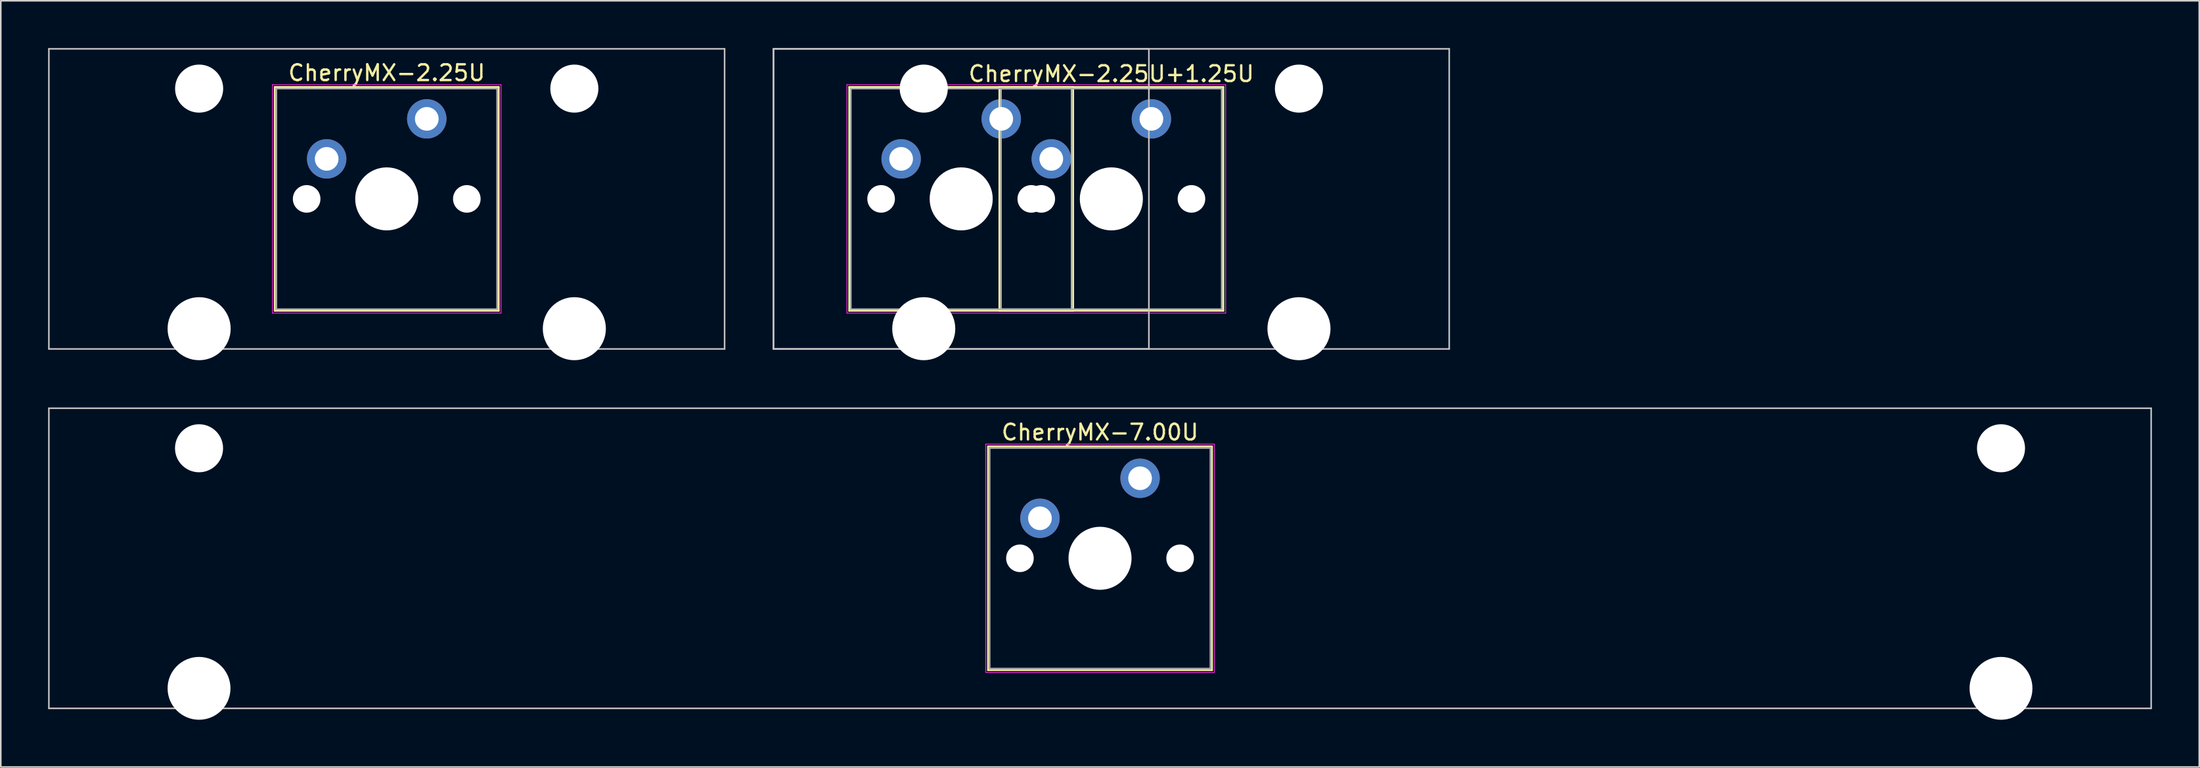
<source format=kicad_pcb>
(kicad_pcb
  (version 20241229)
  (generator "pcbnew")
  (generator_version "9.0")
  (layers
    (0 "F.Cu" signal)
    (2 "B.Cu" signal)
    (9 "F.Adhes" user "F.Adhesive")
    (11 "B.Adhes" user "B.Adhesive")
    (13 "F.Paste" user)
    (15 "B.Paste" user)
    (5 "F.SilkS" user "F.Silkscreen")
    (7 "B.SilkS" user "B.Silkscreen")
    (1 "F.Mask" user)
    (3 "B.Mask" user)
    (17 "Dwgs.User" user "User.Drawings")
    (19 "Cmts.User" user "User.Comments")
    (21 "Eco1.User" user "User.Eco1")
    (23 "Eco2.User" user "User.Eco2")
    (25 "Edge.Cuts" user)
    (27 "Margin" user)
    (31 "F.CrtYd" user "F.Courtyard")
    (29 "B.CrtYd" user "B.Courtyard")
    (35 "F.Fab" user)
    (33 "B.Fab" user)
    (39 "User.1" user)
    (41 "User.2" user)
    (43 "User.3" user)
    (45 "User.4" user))
  (footprint "CherryMX-7.00U"
    (layer "F.Cu")
    (at 66.725 32.39)
    (property "Reference" "CherryMX-7.00U" (at 0 -8 0) (layer "F.SilkS") (effects (font (size 1 1) (thickness 0.15))))
    (attr through_hole)
    (fp_line (start -7.1 -7.1) (end -7.1 7.1) (stroke (width 0.12) (type solid)) (layer "F.SilkS"))
    (fp_line (start -7.1 7.1) (end 7.1 7.1) (stroke (width 0.12) (type solid)) (layer "F.SilkS"))
    (fp_line (start 7.1 -7.1) (end -7.1 -7.1) (stroke (width 0.12) (type solid)) (layer "F.SilkS"))
    (fp_line (start 7.1 7.1) (end 7.1 -7.1) (stroke (width 0.12) (type solid)) (layer "F.SilkS"))
    (fp_line (start -66.675 -9.525) (end -66.675 9.525) (stroke (width 0.1) (type solid)) (layer "Dwgs.User"))
    (fp_line (start -66.675 9.525) (end 66.675 9.525) (stroke (width 0.1) (type solid)) (layer "Dwgs.User"))
    (fp_line (start 66.675 -9.525) (end -66.675 -9.525) (stroke (width 0.1) (type solid)) (layer "Dwgs.User"))
    (fp_line (start 66.675 9.525) (end 66.675 -9.525) (stroke (width 0.1) (type solid)) (layer "Dwgs.User"))
    (fp_line (start -7 -7) (end -7 7) (stroke (width 0.1) (type solid)) (layer "Eco1.User"))
    (fp_line (start -7 7) (end 7 7) (stroke (width 0.1) (type solid)) (layer "Eco1.User"))
    (fp_line (start 7 -7) (end -7 -7) (stroke (width 0.1) (type solid)) (layer "Eco1.User"))
    (fp_line (start 7 7) (end 7 -7) (stroke (width 0.1) (type solid)) (layer "Eco1.User"))
    (fp_line (start -7.25 -7.25) (end -7.25 7.25) (stroke (width 0.05) (type solid)) (layer "F.CrtYd"))
    (fp_line (start -7.25 7.25) (end 7.25 7.25) (stroke (width 0.05) (type solid)) (layer "F.CrtYd"))
    (fp_line (start 7.25 -7.25) (end -7.25 -7.25) (stroke (width 0.05) (type solid)) (layer "F.CrtYd"))
    (fp_line (start 7.25 7.25) (end 7.25 -7.25) (stroke (width 0.05) (type solid)) (layer "F.CrtYd"))
    (fp_line (start -7 -7) (end -7 7) (stroke (width 0.1) (type solid)) (layer "F.Fab"))
    (fp_line (start -7 7) (end 7 7) (stroke (width 0.1) (type solid)) (layer "F.Fab"))
    (fp_line (start 7 -7) (end -7 -7) (stroke (width 0.1) (type solid)) (layer "F.Fab"))
    (fp_line (start 7 7) (end 7 -7) (stroke (width 0.1) (type solid)) (layer "F.Fab"))
    (pad "" np_thru_hole circle (at -57.15 -6.985) (size 3.048 3.048) (drill 3.048) (layers "*.Cu" "*.Mask"))
    (pad "" np_thru_hole circle (at -57.15 8.255) (size 3.988 3.988) (drill 3.988) (layers "*.Cu" "*.Mask"))
    (pad "" np_thru_hole circle (at -5.08 0) (size 1.75 1.75) (drill 1.75) (layers "*.Cu" "*.Mask"))
    (pad "" np_thru_hole circle (at 0 0) (size 4 4) (drill 4) (layers "*.Cu" "*.Mask"))
    (pad "" np_thru_hole circle (at 5.08 0) (size 1.75 1.75) (drill 1.75) (layers "*.Cu" "*.Mask"))
    (pad "" np_thru_hole circle (at 57.15 -6.985) (size 3.048 3.048) (drill 3.048) (layers "*.Cu" "*.Mask"))
    (pad "" np_thru_hole circle (at 57.15 8.255) (size 3.988 3.988) (drill 3.988) (layers "*.Cu" "*.Mask"))
    (pad "1" thru_hole circle (at -3.81 -2.54) (size 2.5 2.5) (drill 1.5) (layers "*.Cu" "B.Mask"))
    (pad "2" thru_hole circle (at 2.54 -5.08) (size 2.5 2.5) (drill 1.5) (layers "*.Cu" "B.Mask")))
  (footprint "CherryMX-2.25U+1.25U"
    (layer "F.Cu")
    (at 67.444 9.575)
    (property "Reference" "CherryMX-2.25U+1.25U" (at 0 -7.938 0) (unlocked yes) (layer "F.SilkS") (effects (font (size 1 1) (thickness 0.15))))
    (attr through_hole)
    (fp_line (start -16.625 -7.1) (end -16.625 7.1) (stroke (width 0.12) (type solid)) (layer "F.SilkS"))
    (fp_line (start -16.625 7.1) (end -2.425 7.1) (stroke (width 0.12) (type solid)) (layer "F.SilkS"))
    (fp_line (start -7.1 -7.1) (end -7.1 7.1) (stroke (width 0.12) (type solid)) (layer "F.SilkS"))
    (fp_line (start -7.1 7.1) (end 7.1 7.1) (stroke (width 0.12) (type solid)) (layer "F.SilkS"))
    (fp_line (start -2.425 -7.1) (end -16.625 -7.1) (stroke (width 0.12) (type solid)) (layer "F.SilkS"))
    (fp_line (start -2.425 7.1) (end -2.425 -7.1) (stroke (width 0.12) (type solid)) (layer "F.SilkS"))
    (fp_line (start 7.1 -7.1) (end -7.1 -7.1) (stroke (width 0.12) (type solid)) (layer "F.SilkS"))
    (fp_line (start 7.1 7.1) (end 7.1 -7.1) (stroke (width 0.12) (type solid)) (layer "F.SilkS"))
    (fp_line (start -21.431 -9.525) (end -21.431 9.525) (stroke (width 0.1) (type solid)) (layer "Dwgs.User"))
    (fp_line (start -21.431 -9.525) (end -21.431 9.525) (stroke (width 0.1) (type solid)) (layer "Dwgs.User"))
    (fp_line (start -21.431 9.525) (end 2.381 9.525) (stroke (width 0.1) (type solid)) (layer "Dwgs.User"))
    (fp_line (start -21.431 9.525) (end 21.431 9.525) (stroke (width 0.1) (type solid)) (layer "Dwgs.User"))
    (fp_line (start 2.381 -9.525) (end -21.431 -9.525) (stroke (width 0.1) (type solid)) (layer "Dwgs.User"))
    (fp_line (start 2.381 9.525) (end 2.381 -9.525) (stroke (width 0.1) (type solid)) (layer "Dwgs.User"))
    (fp_line (start 21.431 -9.525) (end -21.431 -9.525) (stroke (width 0.1) (type solid)) (layer "Dwgs.User"))
    (fp_line (start 21.431 9.525) (end 21.431 -9.525) (stroke (width 0.1) (type solid)) (layer "Dwgs.User"))
    (fp_line (start -16.525 -7) (end -16.525 7) (stroke (width 0.1) (type solid)) (layer "Eco1.User"))
    (fp_line (start -16.525 7) (end -2.525 7) (stroke (width 0.1) (type solid)) (layer "Eco1.User"))
    (fp_line (start -7 -7) (end -7 7) (stroke (width 0.1) (type solid)) (layer "Eco1.User"))
    (fp_line (start -7 7) (end 7 7) (stroke (width 0.1) (type solid)) (layer "Eco1.User"))
    (fp_line (start -2.525 -7) (end -16.525 -7) (stroke (width 0.1) (type solid)) (layer "Eco1.User"))
    (fp_line (start -2.525 7) (end -2.525 -7) (stroke (width 0.1) (type solid)) (layer "Eco1.User"))
    (fp_line (start 7 -7) (end -7 -7) (stroke (width 0.1) (type solid)) (layer "Eco1.User"))
    (fp_line (start 7 7) (end 7 -7) (stroke (width 0.1) (type solid)) (layer "Eco1.User"))
    (fp_line (start -16.775 -7.25) (end -16.775 7.25) (stroke (width 0.05) (type solid)) (layer "F.CrtYd"))
    (fp_line (start -16.775 7.25) (end 7.25 7.25) (stroke (width 0.05) (type solid)) (layer "F.CrtYd"))
    (fp_line (start 7.25 -7.25) (end -16.775 -7.25) (stroke (width 0.05) (type solid)) (layer "F.CrtYd"))
    (fp_line (start 7.25 7.25) (end 7.25 -7.25) (stroke (width 0.05) (type solid)) (layer "F.CrtYd"))
    (fp_line (start -16.525 -7) (end -16.525 7) (stroke (width 0.1) (type solid)) (layer "F.Fab"))
    (fp_line (start -16.525 7) (end -2.525 7) (stroke (width 0.1) (type solid)) (layer "F.Fab"))
    (fp_line (start -7 -7) (end -7 7) (stroke (width 0.1) (type solid)) (layer "F.Fab"))
    (fp_line (start -7 7) (end 7 7) (stroke (width 0.1) (type solid)) (layer "F.Fab"))
    (fp_line (start -2.525 -7) (end -16.525 -7) (stroke (width 0.1) (type solid)) (layer "F.Fab"))
    (fp_line (start -2.525 7) (end -2.525 -7) (stroke (width 0.1) (type solid)) (layer "F.Fab"))
    (fp_line (start 7 -7) (end -7 -7) (stroke (width 0.1) (type solid)) (layer "F.Fab"))
    (fp_line (start 7 7) (end 7 -7) (stroke (width 0.1) (type solid)) (layer "F.Fab"))
    (pad "" np_thru_hole circle (at -14.605 0) (size 1.75 1.75) (drill 1.75) (layers "*.Cu" "*.Mask"))
    (pad "" np_thru_hole circle (at -11.9 -7) (size 3.05 3.05) (drill 3.05) (layers "*.Cu" "*.Mask"))
    (pad "" np_thru_hole circle (at -11.9 8.24) (size 4 4) (drill 4) (layers "*.Cu" "*.Mask"))
    (pad "" np_thru_hole circle (at -9.525 0) (size 4 4) (drill 4) (layers "*.Cu" "*.Mask"))
    (pad "" np_thru_hole circle (at -5.08 0) (size 1.75 1.75) (drill 1.75) (layers "*.Cu" "*.Mask"))
    (pad "" np_thru_hole circle (at -4.445 0) (size 1.75 1.75) (drill 1.75) (layers "*.Cu" "*.Mask"))
    (pad "" np_thru_hole circle (at 0 0) (size 4 4) (drill 4) (layers "*.Cu" "*.Mask"))
    (pad "" np_thru_hole circle (at 5.08 0) (size 1.75 1.75) (drill 1.75) (layers "*.Cu" "*.Mask"))
    (pad "" np_thru_hole circle (at 11.9 -7) (size 3.05 3.05) (drill 3.05) (layers "*.Cu" "*.Mask"))
    (pad "" np_thru_hole circle (at 11.9 8.24) (size 4 4) (drill 4) (layers "*.Cu" "*.Mask"))
    (pad "1" thru_hole circle (at -13.335 -2.54) (size 2.5 2.5) (drill 1.5) (layers "*.Cu" "B.Mask"))
    (pad "1" thru_hole circle (at -3.81 -2.54) (size 2.5 2.5) (drill 1.5) (layers "*.Cu" "B.Mask"))
    (pad "2" thru_hole circle (at -6.985 -5.08) (size 2.5 2.5) (drill 1.5) (layers "*.Cu" "B.Mask"))
    (pad "2" thru_hole circle (at 2.54 -5.08) (size 2.5 2.5) (drill 1.5) (layers "*.Cu" "B.Mask")))
  (footprint "CherryMX-2.25U"
    (layer "F.Cu")
    (at 21.481 9.575)
    (property "Reference" "CherryMX-2.25U" (at 0 -8 0) (layer "F.SilkS") (effects (font (size 1 1) (thickness 0.15))))
    (attr through_hole)
    (fp_line (start -7.1 -7.1) (end -7.1 7.1) (stroke (width 0.12) (type solid)) (layer "F.SilkS"))
    (fp_line (start -7.1 7.1) (end 7.1 7.1) (stroke (width 0.12) (type solid)) (layer "F.SilkS"))
    (fp_line (start 7.1 -7.1) (end -7.1 -7.1) (stroke (width 0.12) (type solid)) (layer "F.SilkS"))
    (fp_line (start 7.1 7.1) (end 7.1 -7.1) (stroke (width 0.12) (type solid)) (layer "F.SilkS"))
    (fp_line (start -21.431 -9.525) (end -21.431 9.525) (stroke (width 0.1) (type solid)) (layer "Dwgs.User"))
    (fp_line (start -21.431 9.525) (end 21.431 9.525) (stroke (width 0.1) (type solid)) (layer "Dwgs.User"))
    (fp_line (start 21.431 -9.525) (end -21.431 -9.525) (stroke (width 0.1) (type solid)) (layer "Dwgs.User"))
    (fp_line (start 21.431 9.525) (end 21.431 -9.525) (stroke (width 0.1) (type solid)) (layer "Dwgs.User"))
    (fp_line (start -7 -7) (end -7 7) (stroke (width 0.1) (type solid)) (layer "Eco1.User"))
    (fp_line (start -7 7) (end 7 7) (stroke (width 0.1) (type solid)) (layer "Eco1.User"))
    (fp_line (start 7 -7) (end -7 -7) (stroke (width 0.1) (type solid)) (layer "Eco1.User"))
    (fp_line (start 7 7) (end 7 -7) (stroke (width 0.1) (type solid)) (layer "Eco1.User"))
    (fp_line (start -7.25 -7.25) (end -7.25 7.25) (stroke (width 0.05) (type solid)) (layer "F.CrtYd"))
    (fp_line (start -7.25 7.25) (end 7.25 7.25) (stroke (width 0.05) (type solid)) (layer "F.CrtYd"))
    (fp_line (start 7.25 -7.25) (end -7.25 -7.25) (stroke (width 0.05) (type solid)) (layer "F.CrtYd"))
    (fp_line (start 7.25 7.25) (end 7.25 -7.25) (stroke (width 0.05) (type solid)) (layer "F.CrtYd"))
    (fp_line (start -7 -7) (end -7 7) (stroke (width 0.1) (type solid)) (layer "F.Fab"))
    (fp_line (start -7 7) (end 7 7) (stroke (width 0.1) (type solid)) (layer "F.Fab"))
    (fp_line (start 7 -7) (end -7 -7) (stroke (width 0.1) (type solid)) (layer "F.Fab"))
    (fp_line (start 7 7) (end 7 -7) (stroke (width 0.1) (type solid)) (layer "F.Fab"))
    (pad "" np_thru_hole circle (at -11.9 -7) (size 3.05 3.05) (drill 3.05) (layers "*.Cu" "*.Mask"))
    (pad "" np_thru_hole circle (at -11.9 8.24) (size 4 4) (drill 4) (layers "*.Cu" "*.Mask"))
    (pad "" np_thru_hole circle (at -5.08 0) (size 1.75 1.75) (drill 1.75) (layers "*.Cu" "*.Mask"))
    (pad "" np_thru_hole circle (at 0 0) (size 4 4) (drill 4) (layers "*.Cu" "*.Mask"))
    (pad "" np_thru_hole circle (at 5.08 0) (size 1.75 1.75) (drill 1.75) (layers "*.Cu" "*.Mask"))
    (pad "" np_thru_hole circle (at 11.9 -7) (size 3.05 3.05) (drill 3.05) (layers "*.Cu" "*.Mask"))
    (pad "" np_thru_hole circle (at 11.9 8.24) (size 4 4) (drill 4) (layers "*.Cu" "*.Mask"))
    (pad "1" thru_hole circle (at -3.81 -2.54) (size 2.5 2.5) (drill 1.5) (layers "*.Cu" "B.Mask"))
    (pad "2" thru_hole circle (at 2.54 -5.08) (size 2.5 2.5) (drill 1.5) (layers "*.Cu" "B.Mask")))
  (gr_rect
    (start -3 -3)
    (end 136.45 45.639)
    (stroke (width 0.1) (type default))
    (fill no)
    (layer "Edge.Cuts")))
</source>
